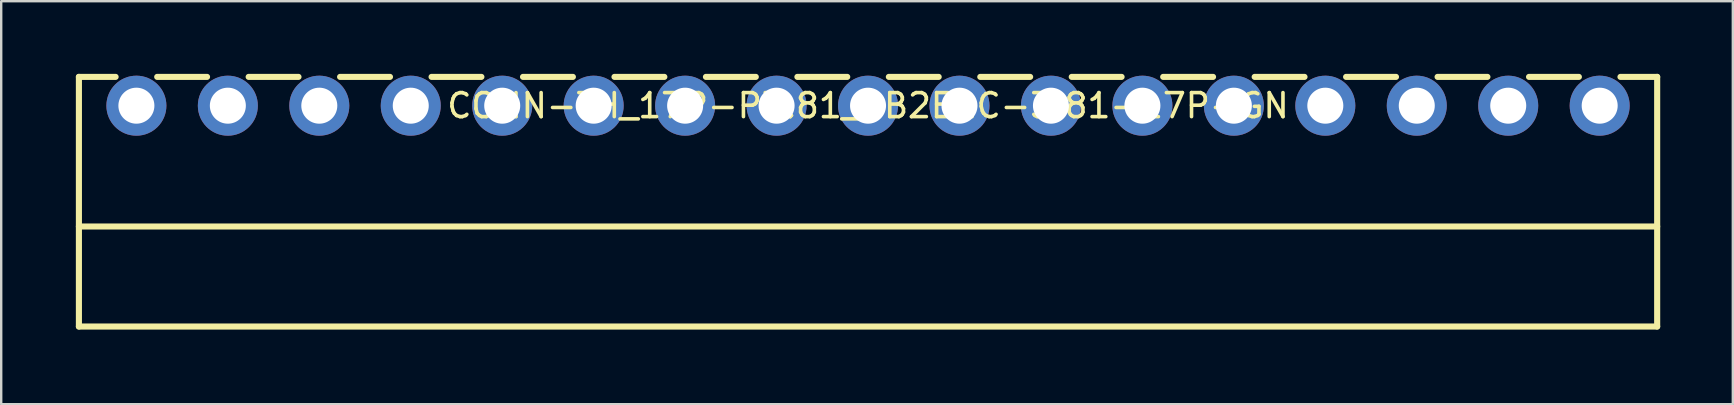
<source format=kicad_pcb>
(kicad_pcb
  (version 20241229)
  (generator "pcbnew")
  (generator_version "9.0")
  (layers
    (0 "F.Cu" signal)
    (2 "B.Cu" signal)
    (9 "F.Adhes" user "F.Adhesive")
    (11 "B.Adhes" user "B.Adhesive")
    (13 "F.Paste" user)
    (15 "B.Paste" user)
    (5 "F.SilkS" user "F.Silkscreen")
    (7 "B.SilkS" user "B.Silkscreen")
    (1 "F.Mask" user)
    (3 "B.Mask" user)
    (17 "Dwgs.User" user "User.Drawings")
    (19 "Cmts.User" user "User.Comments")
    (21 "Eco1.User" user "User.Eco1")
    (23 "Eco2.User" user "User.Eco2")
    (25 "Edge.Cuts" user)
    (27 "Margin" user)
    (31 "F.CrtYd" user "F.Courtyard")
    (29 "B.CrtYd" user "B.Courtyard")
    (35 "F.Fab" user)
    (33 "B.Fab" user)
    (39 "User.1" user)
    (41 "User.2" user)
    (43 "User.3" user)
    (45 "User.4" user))
  (footprint "CONN-TH_17P-P3.81_DB2ERC-3.81-17P-GN"
    (layer "F.Cu")
    (at 33.112 1.353)
    (property "Reference" "CONN-TH_17P-P3.81_DB2ERC-3.81-17P-GN" (at 0 0 0) (unlocked yes) (layer "F.SilkS") (effects (font (size 1 1) (thickness 0.15))))
    (fp_line (start -32.875 -1.2) (end -32.875 9.2) (stroke (width 0.254) (type default)) (layer "F.SilkS"))
    (fp_line (start -32.875 -1.2) (end -31.346 -1.2) (stroke (width 0.254) (type default)) (layer "F.SilkS"))
    (fp_line (start -32.875 5.032) (end 32.875 5.032) (stroke (width 0.254) (type default)) (layer "F.SilkS"))
    (fp_line (start -32.875 9.2) (end 32.875 9.2) (stroke (width 0.254) (type default)) (layer "F.SilkS"))
    (fp_line (start -29.613 -1.2) (end -27.537 -1.2) (stroke (width 0.254) (type default)) (layer "F.SilkS"))
    (fp_line (start -25.803 -1.2) (end -23.727 -1.2) (stroke (width 0.254) (type default)) (layer "F.SilkS"))
    (fp_line (start -21.994 -1.2) (end -19.916 -1.2) (stroke (width 0.254) (type default)) (layer "F.SilkS"))
    (fp_line (start -18.183 -1.2) (end -16.107 -1.2) (stroke (width 0.254) (type default)) (layer "F.SilkS"))
    (fp_line (start -14.373 -1.2) (end -12.296 -1.2) (stroke (width 0.254) (type default)) (layer "F.SilkS"))
    (fp_line (start -10.563 -1.2) (end -8.486 -1.2) (stroke (width 0.254) (type default)) (layer "F.SilkS"))
    (fp_line (start -6.753 -1.2) (end -4.676 -1.2) (stroke (width 0.254) (type default)) (layer "F.SilkS"))
    (fp_line (start -2.943 -1.2) (end -0.867 -1.2) (stroke (width 0.254) (type default)) (layer "F.SilkS"))
    (fp_line (start 0.867 -1.2) (end 2.943 -1.2) (stroke (width 0.254) (type default)) (layer "F.SilkS"))
    (fp_line (start 4.676 -1.2) (end 6.753 -1.2) (stroke (width 0.254) (type default)) (layer "F.SilkS"))
    (fp_line (start 8.486 -1.2) (end 10.563 -1.2) (stroke (width 0.254) (type default)) (layer "F.SilkS"))
    (fp_line (start 12.296 -1.2) (end 14.373 -1.2) (stroke (width 0.254) (type default)) (layer "F.SilkS"))
    (fp_line (start 16.107 -1.2) (end 18.183 -1.2) (stroke (width 0.254) (type default)) (layer "F.SilkS"))
    (fp_line (start 19.916 -1.2) (end 21.994 -1.2) (stroke (width 0.254) (type default)) (layer "F.SilkS"))
    (fp_line (start 23.727 -1.2) (end 25.803 -1.2) (stroke (width 0.254) (type default)) (layer "F.SilkS"))
    (fp_line (start 27.537 -1.2) (end 29.613 -1.2) (stroke (width 0.254) (type default)) (layer "F.SilkS"))
    (fp_line (start 32.875 -1.2) (end 31.346 -1.2) (stroke (width 0.254) (type default)) (layer "F.SilkS"))
    (fp_line (start 32.875 -1.2) (end 32.875 9.2) (stroke (width 0.254) (type default)) (layer "F.SilkS"))
    (fp_poly (pts (xy -29.83 0) (xy -29.849 -0.156) (xy -29.904 -0.302) (xy -29.993 -0.431) (xy -30.111 -0.535) (xy -30.25 -0.608) (xy -30.402 -0.645) (xy -30.558 -0.645) (xy -30.71 -0.608) (xy -30.849 -0.535) (xy -30.967 -0.431) (xy -31.056 -0.302) (xy -31.111 -0.156) (xy -31.13 0) (xy -31.111 0.156) (xy -31.056 0.302) (xy -30.967 0.431) (xy -30.849 0.535) (xy -30.71 0.608) (xy -30.558 0.645) (xy -30.402 0.645) (xy -30.25 0.608) (xy -30.111 0.535) (xy -29.993 0.431) (xy -29.904 0.302) (xy -29.849 0.156)) (stroke (width 0.1) (type default)) (fill no) (layer "User.1"))
    (fp_poly (pts (xy -26.02 0) (xy -26.039 -0.156) (xy -26.094 -0.302) (xy -26.183 -0.431) (xy -26.301 -0.535) (xy -26.44 -0.608) (xy -26.592 -0.645) (xy -26.748 -0.645) (xy -26.9 -0.608) (xy -27.039 -0.535) (xy -27.157 -0.431) (xy -27.246 -0.302) (xy -27.301 -0.156) (xy -27.32 0) (xy -27.301 0.156) (xy -27.246 0.302) (xy -27.157 0.431) (xy -27.039 0.535) (xy -26.9 0.608) (xy -26.748 0.645) (xy -26.592 0.645) (xy -26.44 0.608) (xy -26.301 0.535) (xy -26.183 0.431) (xy -26.094 0.302) (xy -26.039 0.156)) (stroke (width 0.1) (type default)) (fill no) (layer "User.1"))
    (fp_poly (pts (xy -22.21 0) (xy -22.229 -0.156) (xy -22.284 -0.302) (xy -22.373 -0.431) (xy -22.491 -0.535) (xy -22.63 -0.608) (xy -22.782 -0.645) (xy -22.938 -0.645) (xy -23.09 -0.608) (xy -23.229 -0.535) (xy -23.347 -0.431) (xy -23.436 -0.302) (xy -23.491 -0.156) (xy -23.51 0) (xy -23.491 0.156) (xy -23.436 0.302) (xy -23.347 0.431) (xy -23.229 0.535) (xy -23.09 0.608) (xy -22.938 0.645) (xy -22.782 0.645) (xy -22.63 0.608) (xy -22.491 0.535) (xy -22.373 0.431) (xy -22.284 0.302) (xy -22.229 0.156)) (stroke (width 0.1) (type default)) (fill no) (layer "User.1"))
    (fp_poly (pts (xy -18.4 0) (xy -18.419 -0.156) (xy -18.474 -0.302) (xy -18.563 -0.431) (xy -18.681 -0.535) (xy -18.82 -0.608) (xy -18.972 -0.645) (xy -19.128 -0.645) (xy -19.28 -0.608) (xy -19.419 -0.535) (xy -19.537 -0.431) (xy -19.626 -0.302) (xy -19.681 -0.156) (xy -19.7 0) (xy -19.681 0.156) (xy -19.626 0.302) (xy -19.537 0.431) (xy -19.419 0.535) (xy -19.28 0.608) (xy -19.128 0.645) (xy -18.972 0.645) (xy -18.82 0.608) (xy -18.681 0.535) (xy -18.563 0.431) (xy -18.474 0.302) (xy -18.419 0.156)) (stroke (width 0.1) (type default)) (fill no) (layer "User.1"))
    (fp_poly (pts (xy -14.59 0) (xy -14.609 -0.156) (xy -14.664 -0.302) (xy -14.753 -0.431) (xy -14.871 -0.535) (xy -15.01 -0.608) (xy -15.162 -0.645) (xy -15.318 -0.645) (xy -15.47 -0.608) (xy -15.609 -0.535) (xy -15.727 -0.431) (xy -15.816 -0.302) (xy -15.871 -0.156) (xy -15.89 0) (xy -15.871 0.156) (xy -15.816 0.302) (xy -15.727 0.431) (xy -15.609 0.535) (xy -15.47 0.608) (xy -15.318 0.645) (xy -15.162 0.645) (xy -15.01 0.608) (xy -14.871 0.535) (xy -14.753 0.431) (xy -14.664 0.302) (xy -14.609 0.156)) (stroke (width 0.1) (type default)) (fill no) (layer "User.1"))
    (fp_poly (pts (xy -10.78 0) (xy -10.799 -0.156) (xy -10.854 -0.302) (xy -10.943 -0.431) (xy -11.061 -0.535) (xy -11.2 -0.608) (xy -11.352 -0.645) (xy -11.508 -0.645) (xy -11.66 -0.608) (xy -11.799 -0.535) (xy -11.917 -0.431) (xy -12.006 -0.302) (xy -12.061 -0.156) (xy -12.08 0) (xy -12.061 0.156) (xy -12.006 0.302) (xy -11.917 0.431) (xy -11.799 0.535) (xy -11.66 0.608) (xy -11.508 0.645) (xy -11.352 0.645) (xy -11.2 0.608) (xy -11.061 0.535) (xy -10.943 0.431) (xy -10.854 0.302) (xy -10.799 0.156)) (stroke (width 0.1) (type default)) (fill no) (layer "User.1"))
    (fp_poly (pts (xy -6.97 0) (xy -6.989 -0.156) (xy -7.044 -0.302) (xy -7.133 -0.431) (xy -7.251 -0.535) (xy -7.39 -0.608) (xy -7.542 -0.645) (xy -7.698 -0.645) (xy -7.85 -0.608) (xy -7.989 -0.535) (xy -8.107 -0.431) (xy -8.196 -0.302) (xy -8.251 -0.156) (xy -8.27 0) (xy -8.251 0.156) (xy -8.196 0.302) (xy -8.107 0.431) (xy -7.989 0.535) (xy -7.85 0.608) (xy -7.698 0.645) (xy -7.542 0.645) (xy -7.39 0.608) (xy -7.251 0.535) (xy -7.133 0.431) (xy -7.044 0.302) (xy -6.989 0.156)) (stroke (width 0.1) (type default)) (fill no) (layer "User.1"))
    (fp_poly (pts (xy -3.16 0) (xy -3.179 -0.156) (xy -3.234 -0.302) (xy -3.323 -0.431) (xy -3.441 -0.535) (xy -3.58 -0.608) (xy -3.732 -0.645) (xy -3.888 -0.645) (xy -4.04 -0.608) (xy -4.179 -0.535) (xy -4.297 -0.431) (xy -4.386 -0.302) (xy -4.441 -0.156) (xy -4.46 0) (xy -4.441 0.156) (xy -4.386 0.302) (xy -4.297 0.431) (xy -4.179 0.535) (xy -4.04 0.608) (xy -3.888 0.645) (xy -3.732 0.645) (xy -3.58 0.608) (xy -3.441 0.535) (xy -3.323 0.431) (xy -3.234 0.302) (xy -3.179 0.156)) (stroke (width 0.1) (type default)) (fill no) (layer "User.1"))
    (fp_poly (pts (xy 0.65 0) (xy 0.631 -0.156) (xy 0.576 -0.302) (xy 0.487 -0.431) (xy 0.369 -0.535) (xy 0.23 -0.608) (xy 0.078 -0.645) (xy -0.078 -0.645) (xy -0.23 -0.608) (xy -0.369 -0.535) (xy -0.487 -0.431) (xy -0.576 -0.302) (xy -0.631 -0.156) (xy -0.65 0) (xy -0.631 0.156) (xy -0.576 0.302) (xy -0.487 0.431) (xy -0.369 0.535) (xy -0.23 0.608) (xy -0.078 0.645) (xy 0.078 0.645) (xy 0.23 0.608) (xy 0.369 0.535) (xy 0.487 0.431) (xy 0.576 0.302) (xy 0.631 0.156)) (stroke (width 0.1) (type default)) (fill no) (layer "User.1"))
    (fp_poly (pts (xy 4.46 0) (xy 4.441 -0.156) (xy 4.386 -0.302) (xy 4.297 -0.431) (xy 4.179 -0.535) (xy 4.04 -0.608) (xy 3.888 -0.645) (xy 3.732 -0.645) (xy 3.58 -0.608) (xy 3.441 -0.535) (xy 3.323 -0.431) (xy 3.234 -0.302) (xy 3.179 -0.156) (xy 3.16 0) (xy 3.179 0.156) (xy 3.234 0.302) (xy 3.323 0.431) (xy 3.441 0.535) (xy 3.58 0.608) (xy 3.732 0.645) (xy 3.888 0.645) (xy 4.04 0.608) (xy 4.179 0.535) (xy 4.297 0.431) (xy 4.386 0.302) (xy 4.441 0.156)) (stroke (width 0.1) (type default)) (fill no) (layer "User.1"))
    (fp_poly (pts (xy 8.27 0) (xy 8.251 -0.156) (xy 8.196 -0.302) (xy 8.107 -0.431) (xy 7.989 -0.535) (xy 7.85 -0.608) (xy 7.698 -0.645) (xy 7.542 -0.645) (xy 7.39 -0.608) (xy 7.251 -0.535) (xy 7.133 -0.431) (xy 7.044 -0.302) (xy 6.989 -0.156) (xy 6.97 0) (xy 6.989 0.156) (xy 7.044 0.302) (xy 7.133 0.431) (xy 7.251 0.535) (xy 7.39 0.608) (xy 7.542 0.645) (xy 7.698 0.645) (xy 7.85 0.608) (xy 7.989 0.535) (xy 8.107 0.431) (xy 8.196 0.302) (xy 8.251 0.156)) (stroke (width 0.1) (type default)) (fill no) (layer "User.1"))
    (fp_poly (pts (xy 12.08 0) (xy 12.061 -0.156) (xy 12.006 -0.302) (xy 11.917 -0.431) (xy 11.799 -0.535) (xy 11.66 -0.608) (xy 11.508 -0.645) (xy 11.352 -0.645) (xy 11.2 -0.608) (xy 11.061 -0.535) (xy 10.943 -0.431) (xy 10.854 -0.302) (xy 10.799 -0.156) (xy 10.78 0) (xy 10.799 0.156) (xy 10.854 0.302) (xy 10.943 0.431) (xy 11.061 0.535) (xy 11.2 0.608) (xy 11.352 0.645) (xy 11.508 0.645) (xy 11.66 0.608) (xy 11.799 0.535) (xy 11.917 0.431) (xy 12.006 0.302) (xy 12.061 0.156)) (stroke (width 0.1) (type default)) (fill no) (layer "User.1"))
    (fp_poly (pts (xy 15.89 0) (xy 15.871 -0.156) (xy 15.816 -0.302) (xy 15.727 -0.431) (xy 15.609 -0.535) (xy 15.47 -0.608) (xy 15.318 -0.645) (xy 15.162 -0.645) (xy 15.01 -0.608) (xy 14.871 -0.535) (xy 14.753 -0.431) (xy 14.664 -0.302) (xy 14.609 -0.156) (xy 14.59 0) (xy 14.609 0.156) (xy 14.664 0.302) (xy 14.753 0.431) (xy 14.871 0.535) (xy 15.01 0.608) (xy 15.162 0.645) (xy 15.318 0.645) (xy 15.47 0.608) (xy 15.609 0.535) (xy 15.727 0.431) (xy 15.816 0.302) (xy 15.871 0.156)) (stroke (width 0.1) (type default)) (fill no) (layer "User.1"))
    (fp_poly (pts (xy 19.7 0) (xy 19.681 -0.156) (xy 19.626 -0.302) (xy 19.537 -0.431) (xy 19.419 -0.535) (xy 19.28 -0.608) (xy 19.128 -0.645) (xy 18.972 -0.645) (xy 18.82 -0.608) (xy 18.681 -0.535) (xy 18.563 -0.431) (xy 18.474 -0.302) (xy 18.419 -0.156) (xy 18.4 0) (xy 18.419 0.156) (xy 18.474 0.302) (xy 18.563 0.431) (xy 18.681 0.535) (xy 18.82 0.608) (xy 18.972 0.645) (xy 19.128 0.645) (xy 19.28 0.608) (xy 19.419 0.535) (xy 19.537 0.431) (xy 19.626 0.302) (xy 19.681 0.156)) (stroke (width 0.1) (type default)) (fill no) (layer "User.1"))
    (fp_poly (pts (xy 23.51 0) (xy 23.491 -0.156) (xy 23.436 -0.302) (xy 23.347 -0.431) (xy 23.229 -0.535) (xy 23.09 -0.608) (xy 22.938 -0.645) (xy 22.782 -0.645) (xy 22.63 -0.608) (xy 22.491 -0.535) (xy 22.373 -0.431) (xy 22.284 -0.302) (xy 22.229 -0.156) (xy 22.21 0) (xy 22.229 0.156) (xy 22.284 0.302) (xy 22.373 0.431) (xy 22.491 0.535) (xy 22.63 0.608) (xy 22.782 0.645) (xy 22.938 0.645) (xy 23.09 0.608) (xy 23.229 0.535) (xy 23.347 0.431) (xy 23.436 0.302) (xy 23.491 0.156)) (stroke (width 0.1) (type default)) (fill no) (layer "User.1"))
    (fp_poly (pts (xy 27.32 0) (xy 27.301 -0.156) (xy 27.246 -0.302) (xy 27.157 -0.431) (xy 27.039 -0.535) (xy 26.9 -0.608) (xy 26.748 -0.645) (xy 26.592 -0.645) (xy 26.44 -0.608) (xy 26.301 -0.535) (xy 26.183 -0.431) (xy 26.094 -0.302) (xy 26.039 -0.156) (xy 26.02 0) (xy 26.039 0.156) (xy 26.094 0.302) (xy 26.183 0.431) (xy 26.301 0.535) (xy 26.44 0.608) (xy 26.592 0.645) (xy 26.748 0.645) (xy 26.9 0.608) (xy 27.039 0.535) (xy 27.157 0.431) (xy 27.246 0.302) (xy 27.301 0.156)) (stroke (width 0.1) (type default)) (fill no) (layer "User.1"))
    (fp_poly (pts (xy 31.13 0) (xy 31.111 -0.156) (xy 31.056 -0.302) (xy 30.967 -0.431) (xy 30.849 -0.535) (xy 30.71 -0.608) (xy 30.558 -0.645) (xy 30.402 -0.645) (xy 30.25 -0.608) (xy 30.111 -0.535) (xy 29.993 -0.431) (xy 29.904 -0.302) (xy 29.849 -0.156) (xy 29.83 0) (xy 29.849 0.156) (xy 29.904 0.302) (xy 29.993 0.431) (xy 30.111 0.535) (xy 30.25 0.608) (xy 30.402 0.645) (xy 30.558 0.645) (xy 30.71 0.608) (xy 30.849 0.535) (xy 30.967 0.431) (xy 31.056 0.302) (xy 31.111 0.156)) (stroke (width 0.1) (type default)) (fill no) (layer "User.1"))
    (fp_line (start -33.002 -1.327) (end 33.002 -1.327) (stroke (width 0.051) (type default)) (layer "User.2"))
    (fp_line (start -33.002 9.327) (end -33.002 -1.327) (stroke (width 0.051) (type default)) (layer "User.2"))
    (fp_line (start 33.002 -1.327) (end 33.002 9.327) (stroke (width 0.051) (type default)) (layer "User.2"))
    (fp_line (start 33.002 9.327) (end -33.002 9.327) (stroke (width 0.051) (type default)) (layer "User.2"))
    (fp_poly (pts (xy -32.942 9.327) (xy -32.96 9.285) (xy -33.002 9.267) (xy -33.044 9.285) (xy -33.062 9.327) (xy -33.044 9.369) (xy -33.002 9.387) (xy -32.96 9.369)) (stroke (width 0.1) (type default)) (fill no) (layer "User.3"))
    (pad "1" thru_hole circle (at -30.48 0) (size 2.5 2.5) (drill 1.5) (layers "*.Cu" "*.Mask"))
    (pad "2" thru_hole circle (at -26.67 0) (size 2.5 2.5) (drill 1.5) (layers "*.Cu" "*.Mask"))
    (pad "3" thru_hole circle (at -22.86 0) (size 2.5 2.5) (drill 1.5) (layers "*.Cu" "*.Mask"))
    (pad "4" thru_hole circle (at -19.05 0) (size 2.5 2.5) (drill 1.5) (layers "*.Cu" "*.Mask"))
    (pad "5" thru_hole circle (at -15.24 0) (size 2.5 2.5) (drill 1.5) (layers "*.Cu" "*.Mask"))
    (pad "6" thru_hole circle (at -11.43 0) (size 2.5 2.5) (drill 1.5) (layers "*.Cu" "*.Mask"))
    (pad "7" thru_hole circle (at -7.62 0) (size 2.5 2.5) (drill 1.5) (layers "*.Cu" "*.Mask"))
    (pad "8" thru_hole circle (at -3.81 0) (size 2.5 2.5) (drill 1.5) (layers "*.Cu" "*.Mask"))
    (pad "9" thru_hole circle (at 0 0) (size 2.5 2.5) (drill 1.5) (layers "*.Cu" "*.Mask"))
    (pad "10" thru_hole circle (at 3.81 0) (size 2.5 2.5) (drill 1.5) (layers "*.Cu" "*.Mask"))
    (pad "11" thru_hole circle (at 7.62 0) (size 2.5 2.5) (drill 1.5) (layers "*.Cu" "*.Mask"))
    (pad "12" thru_hole circle (at 11.43 0) (size 2.5 2.5) (drill 1.5) (layers "*.Cu" "*.Mask"))
    (pad "13" thru_hole circle (at 15.24 0) (size 2.5 2.5) (drill 1.5) (layers "*.Cu" "*.Mask"))
    (pad "14" thru_hole circle (at 19.05 0) (size 2.5 2.5) (drill 1.5) (layers "*.Cu" "*.Mask"))
    (pad "15" thru_hole circle (at 22.86 0) (size 2.5 2.5) (drill 1.5) (layers "*.Cu" "*.Mask"))
    (pad "16" thru_hole circle (at 26.67 0) (size 2.5 2.5) (drill 1.5) (layers "*.Cu" "*.Mask"))
    (pad "17" thru_hole circle (at 30.48 0) (size 2.5 2.5) (drill 1.5) (layers "*.Cu" "*.Mask")))
  (gr_rect
    (start -3 -3)
    (end 69.139 13.79)
    (stroke (width 0.1) (type default))
    (fill no)
    (layer "Edge.Cuts")))
</source>
